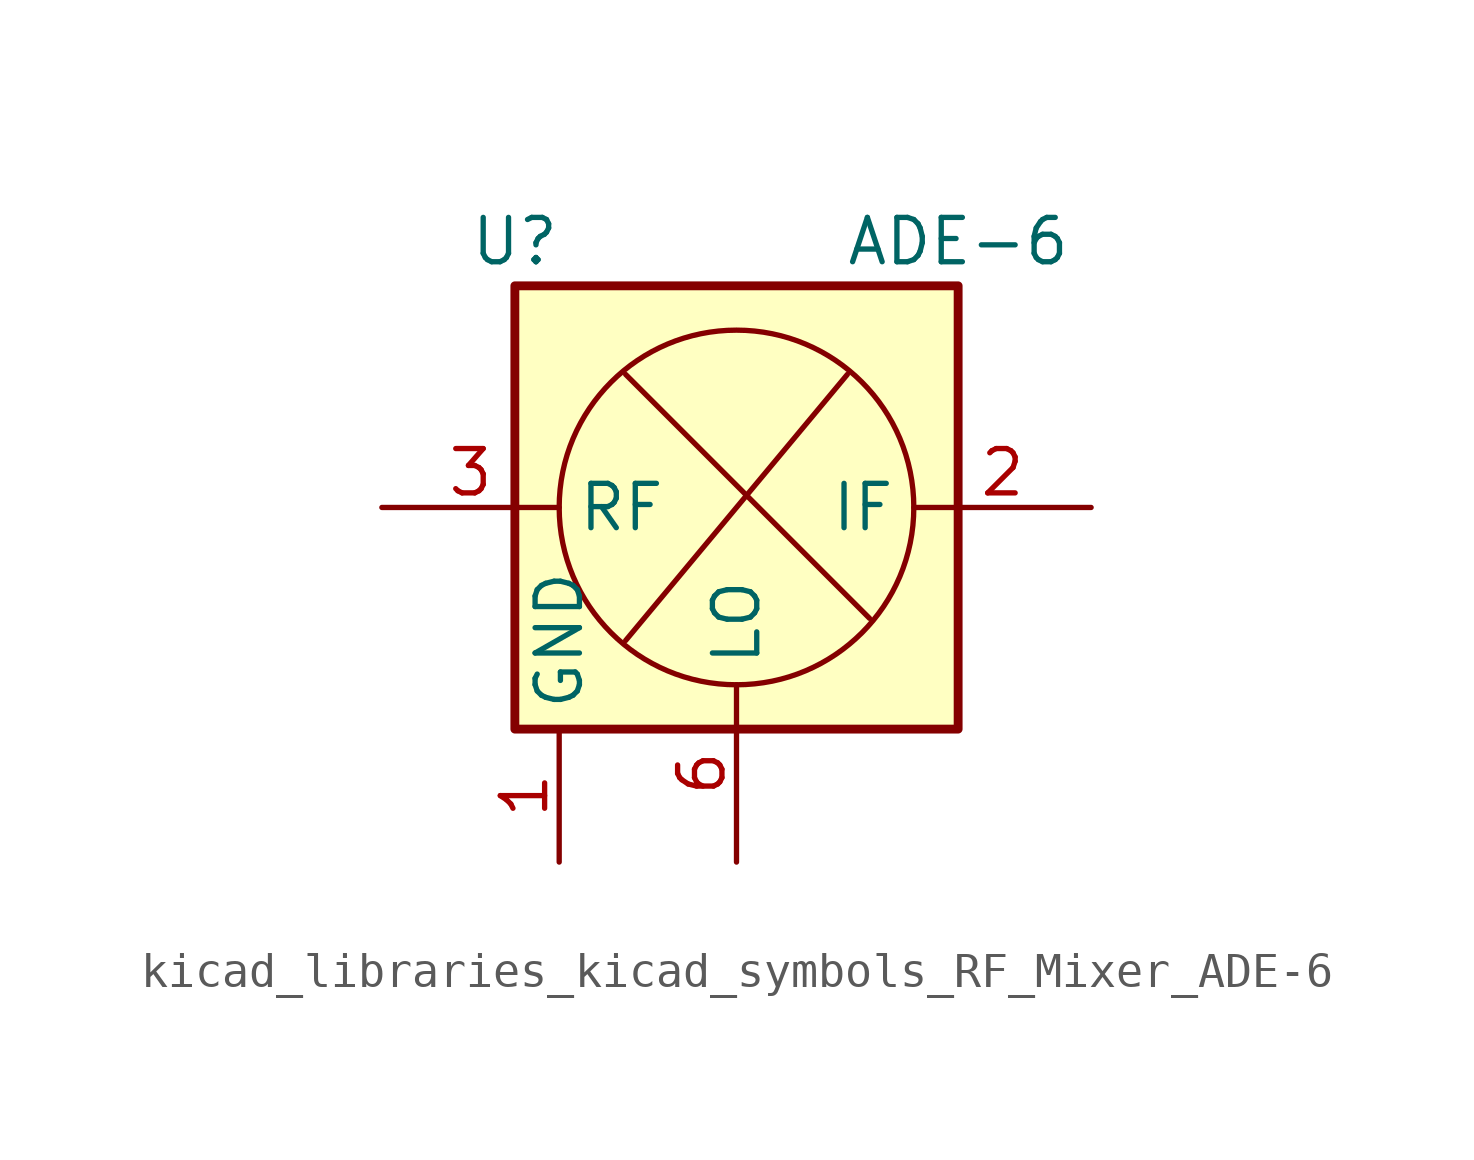
<source format=kicad_sym>
(kicad_symbol_lib
  (version 20220914)
  (generator kicad_symbol_editor)
  (symbol "kicad_libraries_kicad_symbols_RF_Mixer_ADE-6"
    (property "Reference" "U"
      (at -6.35 7.62 0)
      (effects (font (size 1.27 1.27))))
    (property "Value" "ADE-6"
      (at 6.35 7.62 0)
      (effects (font (size 1.27 1.27))))
    (symbol "kicad_libraries_kicad_symbols_RF_Mixer_ADE-6_0_1"
      (rectangle (start -6.35 6.35) (end 6.35 -6.35) (stroke (width 0.254) (type default)) (fill (type background)))
      (polyline (pts (xy -3.175 -3.81) (xy 3.175 3.81)) (stroke (width 0) (type default)) (fill (type none)))
      (polyline (pts (xy 3.81 -3.175) (xy -3.175 3.81)) (stroke (width 0) (type default)) (fill (type none)))
      (circle (center 0 0) (radius 5.08) (stroke (width 0) (type default)) (fill (type none))))
    (symbol "kicad_libraries_kicad_symbols_RF_Mixer_ADE-6_1_1"
      (pin power_in line (at -5.08 -10.16 90) (length 3.81) (name "GND" (effects (font (size 1.27 1.27)))) (number "1" (effects (font (size 1.27 1.27)))))
      (pin output line (at 10.16 0 180) (length 5.08) (name "IF" (effects (font (size 1.27 1.27)))) (number "2" (effects (font (size 1.27 1.27)))))
      (pin input line (at -10.16 0 0) (length 5.08) (name "RF" (effects (font (size 1.27 1.27)))) (number "3" (effects (font (size 1.27 1.27)))))
      (pin passive line (at -5.08 -10.16 90) (length 3.81) hide (name "GND" (effects (font (size 1.27 1.27)))) (number "4" (effects (font (size 1.27 1.27)))))
      (pin passive line (at -5.08 -10.16 90) (length 3.81) hide (name "GND" (effects (font (size 1.27 1.27)))) (number "5" (effects (font (size 1.27 1.27)))))
      (pin input line (at 0 -10.16 90) (length 5.08) (name "LO" (effects (font (size 1.27 1.27)))) (number "6" (effects (font (size 1.27 1.27))))))))
</source>
